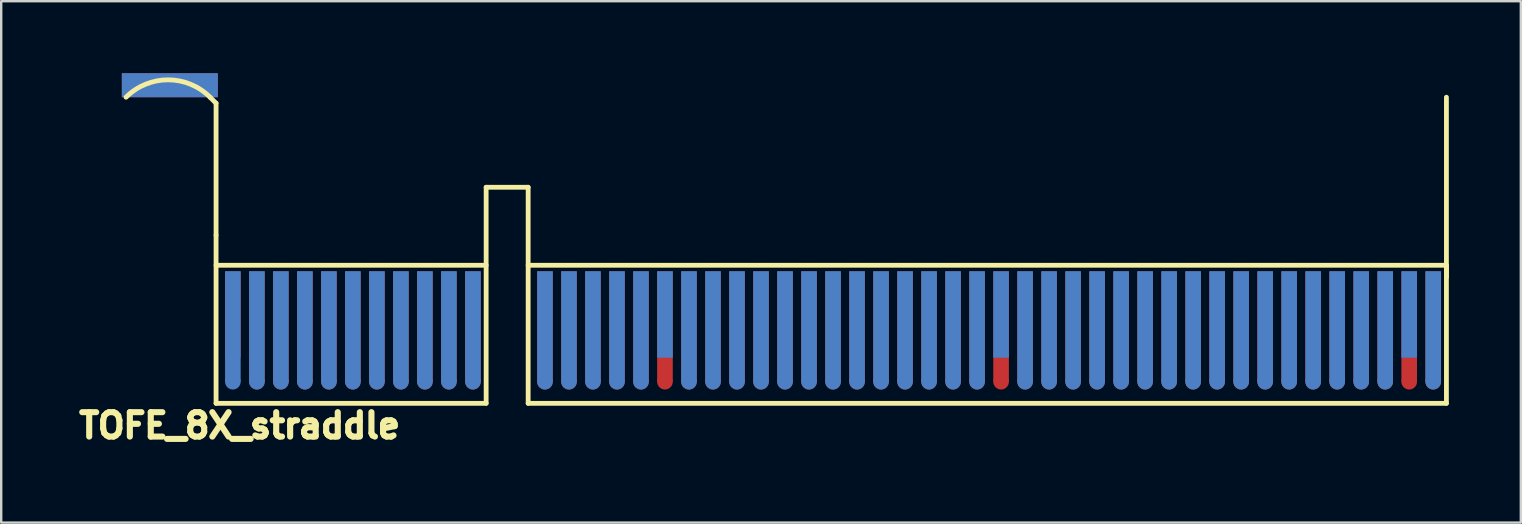
<source format=kicad_pcb>
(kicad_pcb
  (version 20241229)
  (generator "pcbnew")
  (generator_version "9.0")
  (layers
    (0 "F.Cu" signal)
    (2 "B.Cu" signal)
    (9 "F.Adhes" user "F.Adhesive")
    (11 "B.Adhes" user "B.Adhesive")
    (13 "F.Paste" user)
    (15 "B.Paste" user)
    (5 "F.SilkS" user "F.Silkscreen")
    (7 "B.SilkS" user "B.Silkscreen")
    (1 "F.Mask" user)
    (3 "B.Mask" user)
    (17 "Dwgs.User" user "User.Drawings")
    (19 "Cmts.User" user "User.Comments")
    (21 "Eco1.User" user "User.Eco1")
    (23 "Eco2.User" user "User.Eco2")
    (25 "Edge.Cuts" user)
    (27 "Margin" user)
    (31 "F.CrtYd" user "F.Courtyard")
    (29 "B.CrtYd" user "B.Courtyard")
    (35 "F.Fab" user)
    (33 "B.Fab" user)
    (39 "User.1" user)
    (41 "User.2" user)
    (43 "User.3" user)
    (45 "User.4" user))
  (footprint "TOFE_8X_straddle"
    (layer "F.Cu")
    (at 5.951 13.751)
    (property "Reference" "TOFE_8X_straddle" (at 0.98 0.927 0) (layer "F.SilkS") (effects (font (size 1.016 1.016) (thickness 0.254))))
    (attr through_hole)
    (fp_line (start -0.001 -12.501) (end -0.251 -12.751) (stroke (width 0.2) (type solid)) (layer "F.SilkS"))
    (fp_line (start -0.001 -7.001) (end -0.001 -12.501) (stroke (width 0.2) (type solid)) (layer "F.SilkS"))
    (fp_line (start -0.001 -0.001) (end -0.001 -7.001) (stroke (width 0.2) (type solid)) (layer "F.SilkS"))
    (fp_line (start -0.001 -0.001) (end 11.249 -0.001) (stroke (width 0.2) (type solid)) (layer "F.SilkS"))
    (fp_line (start 11.249 -9.001) (end 11.249 -0.001) (stroke (width 0.2) (type solid)) (layer "F.SilkS"))
    (fp_line (start 11.249 -9.001) (end 12.999 -9.001) (stroke (width 0.2) (type solid)) (layer "F.SilkS"))
    (fp_line (start 11.249 -5.751) (end -0.001 -5.751) (stroke (width 0.2) (type solid)) (layer "F.SilkS"))
    (fp_line (start 12.999 -9.001) (end 12.999 -0.001) (stroke (width 0.2) (type solid)) (layer "F.SilkS"))
    (fp_line (start 12.999 -0.001) (end 51.249 -0.001) (stroke (width 0.2) (type solid)) (layer "F.SilkS"))
    (fp_line (start 51.249 -5.751) (end 12.999 -5.751) (stroke (width 0.2) (type solid)) (layer "F.SilkS"))
    (fp_line (start 51.249 -5.251) (end 51.249 -12.751) (stroke (width 0.2) (type solid)) (layer "F.SilkS"))
    (fp_line (start 51.249 -0.001) (end 51.249 -5.751) (stroke (width 0.2) (type solid)) (layer "F.SilkS"))
    (fp_arc (start -3.75118 -12.75088) (mid -2.00118 -13.475754) (end -0.25118 -12.75088) (stroke (width 0.2) (type solid)) (layer "F.SilkS"))
    (pad "" smd rect (at -1.926 -13.251) (size 4 1) (layers "F.Cu"))
    (pad "" smd rect (at -1.926 -13.251) (size 4 1) (layers "B.Cu"))
    (pad "A1" connect rect (at 0.699 -3.701) (size 0.65 3.599) (layers "F.Cu" "F.Mask"))
    (pad "A2" connect rect (at 1.7 -3.201) (size 0.65 4.6) (layers "F.Cu" "F.Mask"))
    (pad "A2" connect oval (at 1.7 -0.9 90) (size 0.65 0.65) (layers "F.Cu" "F.Mask"))
    (pad "A3" connect rect (at 2.698 -3.201) (size 0.65 4.6) (layers "F.Cu" "F.Mask"))
    (pad "A3" connect oval (at 2.698 -0.9 90) (size 0.65 0.65) (layers "F.Cu" "F.Mask"))
    (pad "A4" connect rect (at 3.699 -3.201) (size 0.65 4.6) (layers "F.Cu" "F.Mask"))
    (pad "A4" connect oval (at 3.699 -0.9 90) (size 0.65 0.65) (layers "F.Cu" "F.Mask"))
    (pad "A5" connect rect (at 4.7 -3.201) (size 0.65 4.6) (layers "F.Cu" "F.Mask"))
    (pad "A5" connect oval (at 4.7 -0.9 90) (size 0.65 0.65) (layers "F.Cu" "F.Mask"))
    (pad "A6" connect rect (at 5.698 -3.201) (size 0.65 4.6) (layers "F.Cu" "F.Mask"))
    (pad "A6" connect oval (at 5.698 -0.9 90) (size 0.65 0.65) (layers "F.Cu" "F.Mask"))
    (pad "A7" connect rect (at 6.699 -3.201) (size 0.65 4.6) (layers "F.Cu" "F.Mask"))
    (pad "A7" connect oval (at 6.699 -0.9 90) (size 0.65 0.65) (layers "F.Cu" "F.Mask"))
    (pad "A8" connect rect (at 7.699 -3.201) (size 0.65 4.6) (layers "F.Cu" "F.Mask"))
    (pad "A8" connect oval (at 7.699 -0.9 90) (size 0.65 0.65) (layers "F.Cu" "F.Mask"))
    (pad "A9" connect rect (at 8.698 -3.201) (size 0.65 4.6) (layers "F.Cu" "F.Mask"))
    (pad "A9" connect oval (at 8.698 -0.9 90) (size 0.65 0.65) (layers "F.Cu" "F.Mask"))
    (pad "A10" connect rect (at 9.698 -3.201) (size 0.65 4.6) (layers "F.Cu" "F.Mask"))
    (pad "A10" connect oval (at 9.698 -0.9 90) (size 0.65 0.65) (layers "F.Cu" "F.Mask"))
    (pad "A11" connect rect (at 10.699 -3.201) (size 0.65 4.6) (layers "F.Cu" "F.Mask"))
    (pad "A11" connect oval (at 10.699 -0.9 90) (size 0.65 0.65) (layers "F.Cu" "F.Mask"))
    (pad "A12" connect rect (at 13.699 -3.201) (size 0.65 4.6) (layers "F.Cu" "F.Mask"))
    (pad "A12" connect oval (at 13.699 -0.9 90) (size 0.65 0.65) (layers "F.Cu" "F.Mask"))
    (pad "A13" connect rect (at 14.7 -3.201) (size 0.65 4.6) (layers "F.Cu" "F.Mask"))
    (pad "A13" connect oval (at 14.7 -0.9 90) (size 0.65 0.65) (layers "F.Cu" "F.Mask"))
    (pad "A14" connect rect (at 15.698 -3.201) (size 0.65 4.6) (layers "F.Cu" "F.Mask"))
    (pad "A14" connect oval (at 15.698 -0.9 90) (size 0.65 0.65) (layers "F.Cu" "F.Mask"))
    (pad "A15" connect rect (at 16.699 -3.201) (size 0.65 4.6) (layers "F.Cu" "F.Mask"))
    (pad "A15" connect oval (at 16.699 -0.9 90) (size 0.65 0.65) (layers "F.Cu" "F.Mask"))
    (pad "A16" connect rect (at 17.699 -3.201) (size 0.65 4.6) (layers "F.Cu" "F.Mask"))
    (pad "A16" connect oval (at 17.699 -0.9 90) (size 0.65 0.65) (layers "F.Cu" "F.Mask"))
    (pad "A17" connect rect (at 18.698 -3.201) (size 0.65 4.6) (layers "F.Cu" "F.Mask"))
    (pad "A17" connect oval (at 18.698 -0.9 90) (size 0.65 0.65) (layers "F.Cu" "F.Mask"))
    (pad "A18" connect oval (at 19.698 -0.9 90) (size 0.65 0.65) (layers "F.Cu" "F.Mask"))
    (pad "A18" connect rect (at 19.699 -3.201) (size 0.65 4.6) (layers "F.Cu" "F.Mask"))
    (pad "A19" connect rect (at 20.699 -3.201) (size 0.65 4.6) (layers "F.Cu" "F.Mask"))
    (pad "A19" connect oval (at 20.699 -0.9 90) (size 0.65 0.65) (layers "F.Cu" "F.Mask"))
    (pad "A20" connect rect (at 21.699 -3.201) (size 0.65 4.6) (layers "F.Cu" "F.Mask"))
    (pad "A20" connect oval (at 21.699 -0.9 90) (size 0.65 0.65) (layers "F.Cu" "F.Mask"))
    (pad "A21" connect rect (at 22.699 -3.201) (size 0.65 4.6) (layers "F.Cu" "F.Mask"))
    (pad "A21" connect oval (at 22.699 -0.9 90) (size 0.65 0.65) (layers "F.Cu" "F.Mask"))
    (pad "A22" connect rect (at 23.699 -3.201) (size 0.65 4.6) (layers "F.Cu" "F.Mask"))
    (pad "A22" connect oval (at 23.699 -0.9 90) (size 0.65 0.65) (layers "F.Cu" "F.Mask"))
    (pad "A23" connect rect (at 24.699 -3.201) (size 0.65 4.6) (layers "F.Cu" "F.Mask"))
    (pad "A23" connect oval (at 24.699 -0.9 90) (size 0.65 0.65) (layers "F.Cu" "F.Mask"))
    (pad "A24" connect rect (at 25.699 -3.201) (size 0.65 4.6) (layers "F.Cu" "F.Mask"))
    (pad "A24" connect oval (at 25.699 -0.9 90) (size 0.65 0.65) (layers "F.Cu" "F.Mask"))
    (pad "A25" connect rect (at 26.699 -3.201) (size 0.65 4.6) (layers "F.Cu" "F.Mask"))
    (pad "A25" connect oval (at 26.699 -0.9 90) (size 0.65 0.65) (layers "F.Cu" "F.Mask"))
    (pad "A26" connect rect (at 27.699 -3.201) (size 0.65 4.6) (layers "F.Cu" "F.Mask"))
    (pad "A26" connect oval (at 27.699 -0.9 90) (size 0.65 0.65) (layers "F.Cu" "F.Mask"))
    (pad "A27" connect rect (at 28.699 -3.201) (size 0.65 4.6) (layers "F.Cu" "F.Mask"))
    (pad "A27" connect oval (at 28.699 -0.9 90) (size 0.65 0.65) (layers "F.Cu" "F.Mask"))
    (pad "A28" connect rect (at 29.699 -3.201) (size 0.65 4.6) (layers "F.Cu" "F.Mask"))
    (pad "A28" connect oval (at 29.699 -0.9 90) (size 0.65 0.65) (layers "F.Cu" "F.Mask"))
    (pad "A29" connect rect (at 30.699 -3.201) (size 0.65 4.6) (layers "F.Cu" "F.Mask"))
    (pad "A29" connect oval (at 30.699 -0.9 90) (size 0.65 0.65) (layers "F.Cu" "F.Mask"))
    (pad "A30" connect rect (at 31.699 -3.201) (size 0.65 4.6) (layers "F.Cu" "F.Mask"))
    (pad "A30" connect oval (at 31.699 -0.9 90) (size 0.65 0.65) (layers "F.Cu" "F.Mask"))
    (pad "A31" connect rect (at 32.699 -3.201) (size 0.65 4.6) (layers "F.Cu" "F.Mask"))
    (pad "A31" connect oval (at 32.699 -0.9 90) (size 0.65 0.65) (layers "F.Cu" "F.Mask"))
    (pad "A32" connect rect (at 33.699 -3.201) (size 0.65 4.6) (layers "F.Cu" "F.Mask"))
    (pad "A32" connect oval (at 33.699 -0.9 90) (size 0.65 0.65) (layers "F.Cu" "F.Mask"))
    (pad "A33" connect rect (at 34.699 -3.201) (size 0.65 4.6) (layers "F.Cu" "F.Mask"))
    (pad "A33" connect oval (at 34.699 -0.9 90) (size 0.65 0.65) (layers "F.Cu" "F.Mask"))
    (pad "A34" connect rect (at 35.699 -3.201) (size 0.65 4.6) (layers "F.Cu" "F.Mask"))
    (pad "A34" connect oval (at 35.699 -0.9 90) (size 0.65 0.65) (layers "F.Cu" "F.Mask"))
    (pad "A35" connect rect (at 36.699 -3.201) (size 0.65 4.6) (layers "F.Cu" "F.Mask"))
    (pad "A35" connect oval (at 36.699 -0.9 90) (size 0.65 0.65) (layers "F.Cu" "F.Mask"))
    (pad "A36" connect rect (at 37.699 -3.201) (size 0.65 4.6) (layers "F.Cu" "F.Mask"))
    (pad "A36" connect oval (at 37.699 -0.9 90) (size 0.65 0.65) (layers "F.Cu" "F.Mask"))
    (pad "A37" connect rect (at 38.699 -3.201) (size 0.65 4.6) (layers "F.Cu" "F.Mask"))
    (pad "A37" connect oval (at 38.699 -0.9 90) (size 0.65 0.65) (layers "F.Cu" "F.Mask"))
    (pad "A38" connect rect (at 39.699 -3.201) (size 0.65 4.6) (layers "F.Cu" "F.Mask"))
    (pad "A38" connect oval (at 39.699 -0.9 90) (size 0.65 0.65) (layers "F.Cu" "F.Mask"))
    (pad "A39" connect rect (at 40.699 -3.201) (size 0.65 4.6) (layers "F.Cu" "F.Mask"))
    (pad "A39" connect oval (at 40.699 -0.9 90) (size 0.65 0.65) (layers "F.Cu" "F.Mask"))
    (pad "A40" connect rect (at 41.699 -3.201) (size 0.65 4.6) (layers "F.Cu" "F.Mask"))
    (pad "A40" connect oval (at 41.699 -0.9 90) (size 0.65 0.65) (layers "F.Cu" "F.Mask"))
    (pad "A41" connect rect (at 42.699 -3.201) (size 0.65 4.6) (layers "F.Cu" "F.Mask"))
    (pad "A41" connect oval (at 42.699 -0.9 90) (size 0.65 0.65) (layers "F.Cu" "F.Mask"))
    (pad "A42" connect rect (at 43.699 -3.201) (size 0.65 4.6) (layers "F.Cu" "F.Mask"))
    (pad "A42" connect oval (at 43.699 -0.9 90) (size 0.65 0.65) (layers "F.Cu" "F.Mask"))
    (pad "A43" connect rect (at 44.699 -3.201) (size 0.65 4.6) (layers "F.Cu" "F.Mask"))
    (pad "A43" connect oval (at 44.699 -0.9 90) (size 0.65 0.65) (layers "F.Cu" "F.Mask"))
    (pad "A44" connect rect (at 45.699 -3.201) (size 0.65 4.6) (layers "F.Cu" "F.Mask"))
    (pad "A44" connect oval (at 45.699 -0.9 90) (size 0.65 0.65) (layers "F.Cu" "F.Mask"))
    (pad "A45" connect rect (at 46.699 -3.201) (size 0.65 4.6) (layers "F.Cu" "F.Mask"))
    (pad "A45" connect oval (at 46.699 -0.9 90) (size 0.65 0.65) (layers "F.Cu" "F.Mask"))
    (pad "A46" connect rect (at 47.699 -3.201) (size 0.65 4.6) (layers "F.Cu" "F.Mask"))
    (pad "A46" connect oval (at 47.699 -0.9 90) (size 0.65 0.65) (layers "F.Cu" "F.Mask"))
    (pad "A47" connect rect (at 48.699 -3.201) (size 0.65 4.6) (layers "F.Cu" "F.Mask"))
    (pad "A47" connect oval (at 48.699 -0.9 90) (size 0.65 0.65) (layers "F.Cu" "F.Mask"))
    (pad "A48" connect rect (at 49.699 -3.201) (size 0.65 4.6) (layers "F.Cu" "F.Mask"))
    (pad "A48" connect oval (at 49.699 -0.9 90) (size 0.65 0.65) (layers "F.Cu" "F.Mask"))
    (pad "A49" connect rect (at 50.699 -3.201) (size 0.65 4.6) (layers "F.Cu" "F.Mask"))
    (pad "A49" connect oval (at 50.699 -0.9 90) (size 0.65 0.65) (layers "F.Cu" "F.Mask"))
    (pad "B1" connect rect (at 0.699 -3.201) (size 0.65 4.6) (layers "B.Cu" "B.Mask"))
    (pad "B1" connect circle (at 0.699 -0.9) (size 0.65 0.65) (layers "B.Cu" "B.Mask"))
    (pad "B2" connect rect (at 1.7 -3.201) (size 0.65 4.6) (layers "B.Cu" "B.Mask"))
    (pad "B2" connect circle (at 1.7 -0.9) (size 0.65 0.65) (layers "B.Cu" "B.Mask"))
    (pad "B3" connect rect (at 2.698 -3.201) (size 0.65 4.6) (layers "B.Cu" "B.Mask"))
    (pad "B3" connect circle (at 2.698 -0.9) (size 0.65 0.65) (layers "B.Cu" "B.Mask"))
    (pad "B4" connect rect (at 3.699 -3.201) (size 0.65 4.6) (layers "B.Cu" "B.Mask"))
    (pad "B4" connect circle (at 3.699 -0.9) (size 0.65 0.65) (layers "B.Cu" "B.Mask"))
    (pad "B5" connect rect (at 4.7 -3.201) (size 0.65 4.6) (layers "B.Cu" "B.Mask"))
    (pad "B5" connect circle (at 4.7 -0.9) (size 0.65 0.65) (layers "B.Cu" "B.Mask"))
    (pad "B6" connect rect (at 5.698 -3.201) (size 0.65 4.6) (layers "B.Cu" "B.Mask"))
    (pad "B6" connect circle (at 5.698 -0.9) (size 0.65 0.65) (layers "B.Cu" "B.Mask"))
    (pad "B7" connect rect (at 6.699 -3.201) (size 0.65 4.6) (layers "B.Cu" "B.Mask"))
    (pad "B7" connect circle (at 6.699 -0.9) (size 0.65 0.65) (layers "B.Cu" "B.Mask"))
    (pad "B8" connect rect (at 7.699 -3.201) (size 0.65 4.6) (layers "B.Cu" "B.Mask"))
    (pad "B8" connect circle (at 7.699 -0.9) (size 0.65 0.65) (layers "B.Cu" "B.Mask"))
    (pad "B9" connect rect (at 8.698 -3.201) (size 0.65 4.6) (layers "B.Cu" "B.Mask"))
    (pad "B9" connect circle (at 8.698 -0.9) (size 0.65 0.65) (layers "B.Cu" "B.Mask"))
    (pad "B10" connect rect (at 9.698 -3.201) (size 0.65 4.6) (layers "B.Cu" "B.Mask"))
    (pad "B10" connect circle (at 9.698 -0.9) (size 0.65 0.65) (layers "B.Cu" "B.Mask"))
    (pad "B11" connect rect (at 10.699 -3.201) (size 0.65 4.6) (layers "B.Cu" "B.Mask"))
    (pad "B11" connect circle (at 10.699 -0.9) (size 0.65 0.65) (layers "B.Cu" "B.Mask"))
    (pad "B12" connect rect (at 13.699 -3.201) (size 0.65 4.6) (layers "B.Cu" "B.Mask"))
    (pad "B12" connect circle (at 13.699 -0.9) (size 0.65 0.65) (layers "B.Cu" "B.Mask"))
    (pad "B13" connect rect (at 14.7 -3.201) (size 0.65 4.6) (layers "B.Cu" "B.Mask"))
    (pad "B13" connect circle (at 14.7 -0.9) (size 0.65 0.65) (layers "B.Cu" "B.Mask"))
    (pad "B14" connect rect (at 15.698 -3.201) (size 0.65 4.6) (layers "B.Cu" "B.Mask"))
    (pad "B14" connect circle (at 15.698 -0.9) (size 0.65 0.65) (layers "B.Cu" "B.Mask"))
    (pad "B15" connect rect (at 16.699 -3.201) (size 0.65 4.6) (layers "B.Cu" "B.Mask"))
    (pad "B15" connect circle (at 16.699 -0.9) (size 0.65 0.65) (layers "B.Cu" "B.Mask"))
    (pad "B16" connect rect (at 17.699 -3.201) (size 0.65 4.6) (layers "B.Cu" "B.Mask"))
    (pad "B16" connect circle (at 17.699 -0.9) (size 0.65 0.65) (layers "B.Cu" "B.Mask"))
    (pad "B17" connect rect (at 18.698 -3.701) (size 0.65 3.599) (layers "B.Cu" "B.Mask"))
    (pad "B18" connect rect (at 19.698 -3.201) (size 0.65 4.6) (layers "B.Cu" "B.Mask"))
    (pad "B18" connect circle (at 19.698 -0.9) (size 0.65 0.65) (layers "B.Cu" "B.Mask"))
    (pad "B19" connect rect (at 20.699 -3.201) (size 0.65 4.6) (layers "B.Cu" "B.Mask"))
    (pad "B19" connect circle (at 20.699 -0.9) (size 0.65 0.65) (layers "B.Cu" "B.Mask"))
    (pad "B20" connect rect (at 21.699 -3.201) (size 0.65 4.6) (layers "B.Cu" "B.Mask"))
    (pad "B20" connect circle (at 21.699 -0.9) (size 0.65 0.65) (layers "B.Cu" "B.Mask"))
    (pad "B21" connect rect (at 22.699 -3.201) (size 0.65 4.6) (layers "B.Cu" "B.Mask"))
    (pad "B21" connect circle (at 22.699 -0.9) (size 0.65 0.65) (layers "B.Cu" "B.Mask"))
    (pad "B22" connect rect (at 23.699 -3.201) (size 0.65 4.6) (layers "B.Cu" "B.Mask"))
    (pad "B22" connect circle (at 23.699 -0.9) (size 0.65 0.65) (layers "B.Cu" "B.Mask"))
    (pad "B23" connect rect (at 24.699 -3.201) (size 0.65 4.6) (layers "B.Cu" "B.Mask"))
    (pad "B23" connect circle (at 24.699 -0.9) (size 0.65 0.65) (layers "B.Cu" "B.Mask"))
    (pad "B24" connect rect (at 25.699 -3.201) (size 0.65 4.6) (layers "B.Cu" "B.Mask"))
    (pad "B24" connect circle (at 25.699 -0.9) (size 0.65 0.65) (layers "B.Cu" "B.Mask"))
    (pad "B25" connect rect (at 26.699 -3.201) (size 0.65 4.6) (layers "B.Cu" "B.Mask"))
    (pad "B25" connect circle (at 26.699 -0.9) (size 0.65 0.65) (layers "B.Cu" "B.Mask"))
    (pad "B26" connect rect (at 27.699 -3.201) (size 0.65 4.6) (layers "B.Cu" "B.Mask"))
    (pad "B26" connect circle (at 27.699 -0.9) (size 0.65 0.65) (layers "B.Cu" "B.Mask"))
    (pad "B27" connect rect (at 28.699 -3.201) (size 0.65 4.6) (layers "B.Cu" "B.Mask"))
    (pad "B27" connect circle (at 28.699 -0.9) (size 0.65 0.65) (layers "B.Cu" "B.Mask"))
    (pad "B28" connect rect (at 29.699 -3.201) (size 0.65 4.6) (layers "B.Cu" "B.Mask"))
    (pad "B28" connect circle (at 29.699 -0.9) (size 0.65 0.65) (layers "B.Cu" "B.Mask"))
    (pad "B29" connect rect (at 30.699 -3.201) (size 0.65 4.6) (layers "B.Cu" "B.Mask"))
    (pad "B29" connect circle (at 30.699 -0.9) (size 0.65 0.65) (layers "B.Cu" "B.Mask"))
    (pad "B30" connect rect (at 31.699 -3.201) (size 0.65 4.6) (layers "B.Cu" "B.Mask"))
    (pad "B30" connect circle (at 31.699 -0.9) (size 0.65 0.65) (layers "B.Cu" "B.Mask"))
    (pad "B31" connect rect (at 32.699 -3.701) (size 0.65 3.599) (layers "B.Cu" "B.Mask"))
    (pad "B32" connect rect (at 33.699 -3.201) (size 0.65 4.6) (layers "B.Cu" "B.Mask"))
    (pad "B32" connect circle (at 33.699 -0.9) (size 0.65 0.65) (layers "B.Cu" "B.Mask"))
    (pad "B33" connect rect (at 34.699 -3.201) (size 0.65 4.6) (layers "B.Cu" "B.Mask"))
    (pad "B33" connect circle (at 34.699 -0.9) (size 0.65 0.65) (layers "B.Cu" "B.Mask"))
    (pad "B34" connect rect (at 35.699 -3.201) (size 0.65 4.6) (layers "B.Cu" "B.Mask"))
    (pad "B34" connect circle (at 35.699 -0.9) (size 0.65 0.65) (layers "B.Cu" "B.Mask"))
    (pad "B35" connect rect (at 36.699 -3.201) (size 0.65 4.6) (layers "B.Cu" "B.Mask"))
    (pad "B35" connect circle (at 36.699 -0.9) (size 0.65 0.65) (layers "B.Cu" "B.Mask"))
    (pad "B36" connect rect (at 37.699 -3.201) (size 0.65 4.6) (layers "B.Cu" "B.Mask"))
    (pad "B36" connect circle (at 37.699 -0.9) (size 0.65 0.65) (layers "B.Cu" "B.Mask"))
    (pad "B37" connect rect (at 38.699 -3.201) (size 0.65 4.6) (layers "B.Cu" "B.Mask"))
    (pad "B37" connect circle (at 38.699 -0.9) (size 0.65 0.65) (layers "B.Cu" "B.Mask"))
    (pad "B38" connect rect (at 39.699 -3.201) (size 0.65 4.6) (layers "B.Cu" "B.Mask"))
    (pad "B38" connect circle (at 39.699 -0.9) (size 0.65 0.65) (layers "B.Cu" "B.Mask"))
    (pad "B39" connect rect (at 40.699 -3.201) (size 0.65 4.6) (layers "B.Cu" "B.Mask"))
    (pad "B39" connect circle (at 40.699 -0.9) (size 0.65 0.65) (layers "B.Cu" "B.Mask"))
    (pad "B40" connect rect (at 41.699 -3.201) (size 0.65 4.6) (layers "B.Cu" "B.Mask"))
    (pad "B40" connect circle (at 41.699 -0.9) (size 0.65 0.65) (layers "B.Cu" "B.Mask"))
    (pad "B41" connect rect (at 42.699 -3.201) (size 0.65 4.6) (layers "B.Cu" "B.Mask"))
    (pad "B41" connect circle (at 42.699 -0.9) (size 0.65 0.65) (layers "B.Cu" "B.Mask"))
    (pad "B42" connect rect (at 43.699 -3.201) (size 0.65 4.6) (layers "B.Cu" "B.Mask"))
    (pad "B42" connect circle (at 43.699 -0.9) (size 0.65 0.65) (layers "B.Cu" "B.Mask"))
    (pad "B43" connect rect (at 44.699 -3.201) (size 0.65 4.6) (layers "B.Cu" "B.Mask"))
    (pad "B43" connect circle (at 44.699 -0.9) (size 0.65 0.65) (layers "B.Cu" "B.Mask"))
    (pad "B44" connect rect (at 45.699 -3.201) (size 0.65 4.6) (layers "B.Cu" "B.Mask"))
    (pad "B44" connect circle (at 45.699 -0.9) (size 0.65 0.65) (layers "B.Cu" "B.Mask"))
    (pad "B45" connect rect (at 46.699 -3.201) (size 0.65 4.6) (layers "B.Cu" "B.Mask"))
    (pad "B45" connect circle (at 46.699 -0.9) (size 0.65 0.65) (layers "B.Cu" "B.Mask"))
    (pad "B46" connect rect (at 47.699 -3.201) (size 0.65 4.6) (layers "B.Cu" "B.Mask"))
    (pad "B46" connect circle (at 47.699 -0.9) (size 0.65 0.65) (layers "B.Cu" "B.Mask"))
    (pad "B47" connect rect (at 48.699 -3.201) (size 0.65 4.6) (layers "B.Cu" "B.Mask"))
    (pad "B47" connect circle (at 48.699 -0.9) (size 0.65 0.65) (layers "B.Cu" "B.Mask"))
    (pad "B48" connect rect (at 49.699 -3.701) (size 0.65 3.599) (layers "B.Cu" "B.Mask"))
    (pad "B49" connect rect (at 50.699 -3.201) (size 0.65 4.6) (layers "B.Cu" "B.Mask"))
    (pad "B49" connect circle (at 50.699 -0.9) (size 0.65 0.65) (layers "B.Cu" "B.Mask")))
  (gr_rect
    (start -3 -3)
    (end 60.3 18.718)
    (stroke (width 0.1) (type default))
    (fill no)
    (layer "Edge.Cuts")))
</source>
